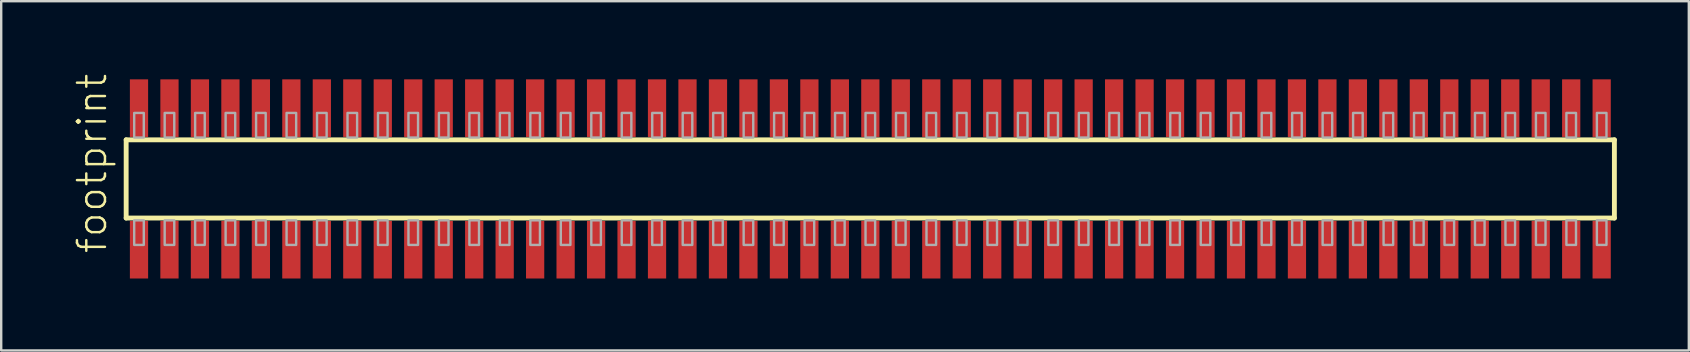
<source format=kicad_pcb>
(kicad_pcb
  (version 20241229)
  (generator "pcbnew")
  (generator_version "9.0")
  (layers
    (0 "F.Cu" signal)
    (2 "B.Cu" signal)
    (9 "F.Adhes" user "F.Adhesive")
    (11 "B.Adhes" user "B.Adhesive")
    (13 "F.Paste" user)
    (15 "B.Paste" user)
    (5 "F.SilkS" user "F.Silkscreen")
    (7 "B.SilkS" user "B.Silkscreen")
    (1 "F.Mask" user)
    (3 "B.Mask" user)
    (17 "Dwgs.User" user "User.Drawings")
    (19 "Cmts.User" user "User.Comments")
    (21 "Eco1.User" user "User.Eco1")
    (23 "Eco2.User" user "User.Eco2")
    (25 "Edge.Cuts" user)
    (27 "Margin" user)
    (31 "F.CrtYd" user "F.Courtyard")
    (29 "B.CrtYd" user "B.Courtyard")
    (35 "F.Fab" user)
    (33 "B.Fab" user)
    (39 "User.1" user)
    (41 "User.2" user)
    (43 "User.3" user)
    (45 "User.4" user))
  (footprint "footprint"
    (layer "F.Cu")
    (at 33.223 4.407)
    (property "Reference" "footprint" (at -31.75 3.175 90) (layer "F.SilkS") (effects (font (size 1.168 1.168) (thickness 0.102)) (justify left bottom)))
    (fp_line (start -31.015 -1.63) (end 31.01 -1.63) (stroke (width 0.203) (type solid)) (layer "F.SilkS"))
    (fp_line (start -31.015 1.63) (end -31.015 -1.63) (stroke (width 0.203) (type solid)) (layer "F.SilkS"))
    (fp_line (start 31.01 -1.63) (end 31.01 1.63) (stroke (width 0.203) (type solid)) (layer "F.SilkS"))
    (fp_line (start 31.01 1.63) (end -31.015 1.63) (stroke (width 0.203) (type solid)) (layer "F.SilkS"))
    (fp_poly (pts (xy -30.68 -1.725) (xy -30.28 -1.725) (xy -30.28 -2.75) (xy -30.68 -2.75)) (stroke (width 0.1) (type solid)) (fill no) (layer "F.Fab"))
    (fp_poly (pts (xy -30.28 1.725) (xy -30.68 1.725) (xy -30.68 2.75) (xy -30.28 2.75)) (stroke (width 0.1) (type solid)) (fill no) (layer "F.Fab"))
    (fp_poly (pts (xy -29.41 -1.725) (xy -29.01 -1.725) (xy -29.01 -2.75) (xy -29.41 -2.75)) (stroke (width 0.1) (type solid)) (fill no) (layer "F.Fab"))
    (fp_poly (pts (xy -29.01 1.725) (xy -29.41 1.725) (xy -29.41 2.75) (xy -29.01 2.75)) (stroke (width 0.1) (type solid)) (fill no) (layer "F.Fab"))
    (fp_poly (pts (xy -28.14 -1.725) (xy -27.74 -1.725) (xy -27.74 -2.75) (xy -28.14 -2.75)) (stroke (width 0.1) (type solid)) (fill no) (layer "F.Fab"))
    (fp_poly (pts (xy -27.74 1.725) (xy -28.14 1.725) (xy -28.14 2.75) (xy -27.74 2.75)) (stroke (width 0.1) (type solid)) (fill no) (layer "F.Fab"))
    (fp_poly (pts (xy -26.87 -1.725) (xy -26.47 -1.725) (xy -26.47 -2.75) (xy -26.87 -2.75)) (stroke (width 0.1) (type solid)) (fill no) (layer "F.Fab"))
    (fp_poly (pts (xy -26.47 1.725) (xy -26.87 1.725) (xy -26.87 2.75) (xy -26.47 2.75)) (stroke (width 0.1) (type solid)) (fill no) (layer "F.Fab"))
    (fp_poly (pts (xy -25.6 -1.725) (xy -25.2 -1.725) (xy -25.2 -2.75) (xy -25.6 -2.75)) (stroke (width 0.1) (type solid)) (fill no) (layer "F.Fab"))
    (fp_poly (pts (xy -25.2 1.725) (xy -25.6 1.725) (xy -25.6 2.75) (xy -25.2 2.75)) (stroke (width 0.1) (type solid)) (fill no) (layer "F.Fab"))
    (fp_poly (pts (xy -24.33 -1.725) (xy -23.93 -1.725) (xy -23.93 -2.75) (xy -24.33 -2.75)) (stroke (width 0.1) (type solid)) (fill no) (layer "F.Fab"))
    (fp_poly (pts (xy -23.93 1.725) (xy -24.33 1.725) (xy -24.33 2.75) (xy -23.93 2.75)) (stroke (width 0.1) (type solid)) (fill no) (layer "F.Fab"))
    (fp_poly (pts (xy -23.06 -1.725) (xy -22.66 -1.725) (xy -22.66 -2.75) (xy -23.06 -2.75)) (stroke (width 0.1) (type solid)) (fill no) (layer "F.Fab"))
    (fp_poly (pts (xy -22.66 1.725) (xy -23.06 1.725) (xy -23.06 2.75) (xy -22.66 2.75)) (stroke (width 0.1) (type solid)) (fill no) (layer "F.Fab"))
    (fp_poly (pts (xy -21.79 -1.725) (xy -21.39 -1.725) (xy -21.39 -2.75) (xy -21.79 -2.75)) (stroke (width 0.1) (type solid)) (fill no) (layer "F.Fab"))
    (fp_poly (pts (xy -21.39 1.725) (xy -21.79 1.725) (xy -21.79 2.75) (xy -21.39 2.75)) (stroke (width 0.1) (type solid)) (fill no) (layer "F.Fab"))
    (fp_poly (pts (xy -20.52 -1.725) (xy -20.12 -1.725) (xy -20.12 -2.75) (xy -20.52 -2.75)) (stroke (width 0.1) (type solid)) (fill no) (layer "F.Fab"))
    (fp_poly (pts (xy -20.12 1.725) (xy -20.52 1.725) (xy -20.52 2.75) (xy -20.12 2.75)) (stroke (width 0.1) (type solid)) (fill no) (layer "F.Fab"))
    (fp_poly (pts (xy -19.25 -1.725) (xy -18.85 -1.725) (xy -18.85 -2.75) (xy -19.25 -2.75)) (stroke (width 0.1) (type solid)) (fill no) (layer "F.Fab"))
    (fp_poly (pts (xy -18.85 1.725) (xy -19.25 1.725) (xy -19.25 2.75) (xy -18.85 2.75)) (stroke (width 0.1) (type solid)) (fill no) (layer "F.Fab"))
    (fp_poly (pts (xy -17.98 -1.725) (xy -17.58 -1.725) (xy -17.58 -2.75) (xy -17.98 -2.75)) (stroke (width 0.1) (type solid)) (fill no) (layer "F.Fab"))
    (fp_poly (pts (xy -17.58 1.725) (xy -17.98 1.725) (xy -17.98 2.75) (xy -17.58 2.75)) (stroke (width 0.1) (type solid)) (fill no) (layer "F.Fab"))
    (fp_poly (pts (xy -16.71 -1.725) (xy -16.31 -1.725) (xy -16.31 -2.75) (xy -16.71 -2.75)) (stroke (width 0.1) (type solid)) (fill no) (layer "F.Fab"))
    (fp_poly (pts (xy -16.31 1.725) (xy -16.71 1.725) (xy -16.71 2.75) (xy -16.31 2.75)) (stroke (width 0.1) (type solid)) (fill no) (layer "F.Fab"))
    (fp_poly (pts (xy -15.44 -1.725) (xy -15.04 -1.725) (xy -15.04 -2.75) (xy -15.44 -2.75)) (stroke (width 0.1) (type solid)) (fill no) (layer "F.Fab"))
    (fp_poly (pts (xy -15.04 1.725) (xy -15.44 1.725) (xy -15.44 2.75) (xy -15.04 2.75)) (stroke (width 0.1) (type solid)) (fill no) (layer "F.Fab"))
    (fp_poly (pts (xy -14.17 -1.725) (xy -13.77 -1.725) (xy -13.77 -2.75) (xy -14.17 -2.75)) (stroke (width 0.1) (type solid)) (fill no) (layer "F.Fab"))
    (fp_poly (pts (xy -13.77 1.725) (xy -14.17 1.725) (xy -14.17 2.75) (xy -13.77 2.75)) (stroke (width 0.1) (type solid)) (fill no) (layer "F.Fab"))
    (fp_poly (pts (xy -12.9 -1.725) (xy -12.5 -1.725) (xy -12.5 -2.75) (xy -12.9 -2.75)) (stroke (width 0.1) (type solid)) (fill no) (layer "F.Fab"))
    (fp_poly (pts (xy -12.5 1.725) (xy -12.9 1.725) (xy -12.9 2.75) (xy -12.5 2.75)) (stroke (width 0.1) (type solid)) (fill no) (layer "F.Fab"))
    (fp_poly (pts (xy -11.63 -1.725) (xy -11.23 -1.725) (xy -11.23 -2.75) (xy -11.63 -2.75)) (stroke (width 0.1) (type solid)) (fill no) (layer "F.Fab"))
    (fp_poly (pts (xy -11.23 1.725) (xy -11.63 1.725) (xy -11.63 2.75) (xy -11.23 2.75)) (stroke (width 0.1) (type solid)) (fill no) (layer "F.Fab"))
    (fp_poly (pts (xy -10.36 -1.725) (xy -9.96 -1.725) (xy -9.96 -2.75) (xy -10.36 -2.75)) (stroke (width 0.1) (type solid)) (fill no) (layer "F.Fab"))
    (fp_poly (pts (xy -9.96 1.725) (xy -10.36 1.725) (xy -10.36 2.75) (xy -9.96 2.75)) (stroke (width 0.1) (type solid)) (fill no) (layer "F.Fab"))
    (fp_poly (pts (xy -9.09 -1.725) (xy -8.69 -1.725) (xy -8.69 -2.75) (xy -9.09 -2.75)) (stroke (width 0.1) (type solid)) (fill no) (layer "F.Fab"))
    (fp_poly (pts (xy -8.69 1.725) (xy -9.09 1.725) (xy -9.09 2.75) (xy -8.69 2.75)) (stroke (width 0.1) (type solid)) (fill no) (layer "F.Fab"))
    (fp_poly (pts (xy -7.82 -1.725) (xy -7.42 -1.725) (xy -7.42 -2.75) (xy -7.82 -2.75)) (stroke (width 0.1) (type solid)) (fill no) (layer "F.Fab"))
    (fp_poly (pts (xy -7.42 1.725) (xy -7.82 1.725) (xy -7.82 2.75) (xy -7.42 2.75)) (stroke (width 0.1) (type solid)) (fill no) (layer "F.Fab"))
    (fp_poly (pts (xy -6.55 -1.725) (xy -6.15 -1.725) (xy -6.15 -2.75) (xy -6.55 -2.75)) (stroke (width 0.1) (type solid)) (fill no) (layer "F.Fab"))
    (fp_poly (pts (xy -6.15 1.725) (xy -6.55 1.725) (xy -6.55 2.75) (xy -6.15 2.75)) (stroke (width 0.1) (type solid)) (fill no) (layer "F.Fab"))
    (fp_poly (pts (xy -5.28 -1.725) (xy -4.88 -1.725) (xy -4.88 -2.75) (xy -5.28 -2.75)) (stroke (width 0.1) (type solid)) (fill no) (layer "F.Fab"))
    (fp_poly (pts (xy -4.88 1.725) (xy -5.28 1.725) (xy -5.28 2.75) (xy -4.88 2.75)) (stroke (width 0.1) (type solid)) (fill no) (layer "F.Fab"))
    (fp_poly (pts (xy -4.01 -1.725) (xy -3.61 -1.725) (xy -3.61 -2.75) (xy -4.01 -2.75)) (stroke (width 0.1) (type solid)) (fill no) (layer "F.Fab"))
    (fp_poly (pts (xy -3.61 1.725) (xy -4.01 1.725) (xy -4.01 2.75) (xy -3.61 2.75)) (stroke (width 0.1) (type solid)) (fill no) (layer "F.Fab"))
    (fp_poly (pts (xy -2.74 -1.725) (xy -2.34 -1.725) (xy -2.34 -2.75) (xy -2.74 -2.75)) (stroke (width 0.1) (type solid)) (fill no) (layer "F.Fab"))
    (fp_poly (pts (xy -2.34 1.725) (xy -2.74 1.725) (xy -2.74 2.75) (xy -2.34 2.75)) (stroke (width 0.1) (type solid)) (fill no) (layer "F.Fab"))
    (fp_poly (pts (xy -1.47 -1.725) (xy -1.07 -1.725) (xy -1.07 -2.75) (xy -1.47 -2.75)) (stroke (width 0.1) (type solid)) (fill no) (layer "F.Fab"))
    (fp_poly (pts (xy -1.07 1.725) (xy -1.47 1.725) (xy -1.47 2.75) (xy -1.07 2.75)) (stroke (width 0.1) (type solid)) (fill no) (layer "F.Fab"))
    (fp_poly (pts (xy -0.2 -1.725) (xy 0.2 -1.725) (xy 0.2 -2.75) (xy -0.2 -2.75)) (stroke (width 0.1) (type solid)) (fill no) (layer "F.Fab"))
    (fp_poly (pts (xy 0.2 1.725) (xy -0.2 1.725) (xy -0.2 2.75) (xy 0.2 2.75)) (stroke (width 0.1) (type solid)) (fill no) (layer "F.Fab"))
    (fp_poly (pts (xy 1.07 -1.725) (xy 1.47 -1.725) (xy 1.47 -2.75) (xy 1.07 -2.75)) (stroke (width 0.1) (type solid)) (fill no) (layer "F.Fab"))
    (fp_poly (pts (xy 1.47 1.725) (xy 1.07 1.725) (xy 1.07 2.75) (xy 1.47 2.75)) (stroke (width 0.1) (type solid)) (fill no) (layer "F.Fab"))
    (fp_poly (pts (xy 2.34 -1.725) (xy 2.74 -1.725) (xy 2.74 -2.75) (xy 2.34 -2.75)) (stroke (width 0.1) (type solid)) (fill no) (layer "F.Fab"))
    (fp_poly (pts (xy 2.74 1.725) (xy 2.34 1.725) (xy 2.34 2.75) (xy 2.74 2.75)) (stroke (width 0.1) (type solid)) (fill no) (layer "F.Fab"))
    (fp_poly (pts (xy 3.61 -1.725) (xy 4.01 -1.725) (xy 4.01 -2.75) (xy 3.61 -2.75)) (stroke (width 0.1) (type solid)) (fill no) (layer "F.Fab"))
    (fp_poly (pts (xy 4.01 1.725) (xy 3.61 1.725) (xy 3.61 2.75) (xy 4.01 2.75)) (stroke (width 0.1) (type solid)) (fill no) (layer "F.Fab"))
    (fp_poly (pts (xy 4.88 -1.725) (xy 5.28 -1.725) (xy 5.28 -2.75) (xy 4.88 -2.75)) (stroke (width 0.1) (type solid)) (fill no) (layer "F.Fab"))
    (fp_poly (pts (xy 5.28 1.725) (xy 4.88 1.725) (xy 4.88 2.75) (xy 5.28 2.75)) (stroke (width 0.1) (type solid)) (fill no) (layer "F.Fab"))
    (fp_poly (pts (xy 6.15 -1.725) (xy 6.55 -1.725) (xy 6.55 -2.75) (xy 6.15 -2.75)) (stroke (width 0.1) (type solid)) (fill no) (layer "F.Fab"))
    (fp_poly (pts (xy 6.55 1.725) (xy 6.15 1.725) (xy 6.15 2.75) (xy 6.55 2.75)) (stroke (width 0.1) (type solid)) (fill no) (layer "F.Fab"))
    (fp_poly (pts (xy 7.42 -1.725) (xy 7.82 -1.725) (xy 7.82 -2.75) (xy 7.42 -2.75)) (stroke (width 0.1) (type solid)) (fill no) (layer "F.Fab"))
    (fp_poly (pts (xy 7.82 1.725) (xy 7.42 1.725) (xy 7.42 2.75) (xy 7.82 2.75)) (stroke (width 0.1) (type solid)) (fill no) (layer "F.Fab"))
    (fp_poly (pts (xy 8.69 -1.725) (xy 9.09 -1.725) (xy 9.09 -2.75) (xy 8.69 -2.75)) (stroke (width 0.1) (type solid)) (fill no) (layer "F.Fab"))
    (fp_poly (pts (xy 9.09 1.725) (xy 8.69 1.725) (xy 8.69 2.75) (xy 9.09 2.75)) (stroke (width 0.1) (type solid)) (fill no) (layer "F.Fab"))
    (fp_poly (pts (xy 9.96 -1.725) (xy 10.36 -1.725) (xy 10.36 -2.75) (xy 9.96 -2.75)) (stroke (width 0.1) (type solid)) (fill no) (layer "F.Fab"))
    (fp_poly (pts (xy 10.36 1.725) (xy 9.96 1.725) (xy 9.96 2.75) (xy 10.36 2.75)) (stroke (width 0.1) (type solid)) (fill no) (layer "F.Fab"))
    (fp_poly (pts (xy 11.23 -1.725) (xy 11.63 -1.725) (xy 11.63 -2.75) (xy 11.23 -2.75)) (stroke (width 0.1) (type solid)) (fill no) (layer "F.Fab"))
    (fp_poly (pts (xy 11.63 1.725) (xy 11.23 1.725) (xy 11.23 2.75) (xy 11.63 2.75)) (stroke (width 0.1) (type solid)) (fill no) (layer "F.Fab"))
    (fp_poly (pts (xy 12.5 -1.725) (xy 12.9 -1.725) (xy 12.9 -2.75) (xy 12.5 -2.75)) (stroke (width 0.1) (type solid)) (fill no) (layer "F.Fab"))
    (fp_poly (pts (xy 12.9 1.725) (xy 12.5 1.725) (xy 12.5 2.75) (xy 12.9 2.75)) (stroke (width 0.1) (type solid)) (fill no) (layer "F.Fab"))
    (fp_poly (pts (xy 13.77 -1.725) (xy 14.17 -1.725) (xy 14.17 -2.75) (xy 13.77 -2.75)) (stroke (width 0.1) (type solid)) (fill no) (layer "F.Fab"))
    (fp_poly (pts (xy 14.17 1.725) (xy 13.77 1.725) (xy 13.77 2.75) (xy 14.17 2.75)) (stroke (width 0.1) (type solid)) (fill no) (layer "F.Fab"))
    (fp_poly (pts (xy 15.04 -1.725) (xy 15.44 -1.725) (xy 15.44 -2.75) (xy 15.04 -2.75)) (stroke (width 0.1) (type solid)) (fill no) (layer "F.Fab"))
    (fp_poly (pts (xy 15.44 1.725) (xy 15.04 1.725) (xy 15.04 2.75) (xy 15.44 2.75)) (stroke (width 0.1) (type solid)) (fill no) (layer "F.Fab"))
    (fp_poly (pts (xy 16.31 -1.725) (xy 16.71 -1.725) (xy 16.71 -2.75) (xy 16.31 -2.75)) (stroke (width 0.1) (type solid)) (fill no) (layer "F.Fab"))
    (fp_poly (pts (xy 16.71 1.725) (xy 16.31 1.725) (xy 16.31 2.75) (xy 16.71 2.75)) (stroke (width 0.1) (type solid)) (fill no) (layer "F.Fab"))
    (fp_poly (pts (xy 17.58 -1.725) (xy 17.98 -1.725) (xy 17.98 -2.75) (xy 17.58 -2.75)) (stroke (width 0.1) (type solid)) (fill no) (layer "F.Fab"))
    (fp_poly (pts (xy 17.98 1.725) (xy 17.58 1.725) (xy 17.58 2.75) (xy 17.98 2.75)) (stroke (width 0.1) (type solid)) (fill no) (layer "F.Fab"))
    (fp_poly (pts (xy 18.85 -1.725) (xy 19.25 -1.725) (xy 19.25 -2.75) (xy 18.85 -2.75)) (stroke (width 0.1) (type solid)) (fill no) (layer "F.Fab"))
    (fp_poly (pts (xy 19.25 1.725) (xy 18.85 1.725) (xy 18.85 2.75) (xy 19.25 2.75)) (stroke (width 0.1) (type solid)) (fill no) (layer "F.Fab"))
    (fp_poly (pts (xy 20.12 -1.725) (xy 20.52 -1.725) (xy 20.52 -2.75) (xy 20.12 -2.75)) (stroke (width 0.1) (type solid)) (fill no) (layer "F.Fab"))
    (fp_poly (pts (xy 20.52 1.725) (xy 20.12 1.725) (xy 20.12 2.75) (xy 20.52 2.75)) (stroke (width 0.1) (type solid)) (fill no) (layer "F.Fab"))
    (fp_poly (pts (xy 21.39 -1.725) (xy 21.79 -1.725) (xy 21.79 -2.75) (xy 21.39 -2.75)) (stroke (width 0.1) (type solid)) (fill no) (layer "F.Fab"))
    (fp_poly (pts (xy 21.79 1.725) (xy 21.39 1.725) (xy 21.39 2.75) (xy 21.79 2.75)) (stroke (width 0.1) (type solid)) (fill no) (layer "F.Fab"))
    (fp_poly (pts (xy 22.66 -1.725) (xy 23.06 -1.725) (xy 23.06 -2.75) (xy 22.66 -2.75)) (stroke (width 0.1) (type solid)) (fill no) (layer "F.Fab"))
    (fp_poly (pts (xy 23.06 1.725) (xy 22.66 1.725) (xy 22.66 2.75) (xy 23.06 2.75)) (stroke (width 0.1) (type solid)) (fill no) (layer "F.Fab"))
    (fp_poly (pts (xy 23.93 -1.725) (xy 24.33 -1.725) (xy 24.33 -2.75) (xy 23.93 -2.75)) (stroke (width 0.1) (type solid)) (fill no) (layer "F.Fab"))
    (fp_poly (pts (xy 24.33 1.725) (xy 23.93 1.725) (xy 23.93 2.75) (xy 24.33 2.75)) (stroke (width 0.1) (type solid)) (fill no) (layer "F.Fab"))
    (fp_poly (pts (xy 25.2 -1.725) (xy 25.6 -1.725) (xy 25.6 -2.75) (xy 25.2 -2.75)) (stroke (width 0.1) (type solid)) (fill no) (layer "F.Fab"))
    (fp_poly (pts (xy 25.6 1.725) (xy 25.2 1.725) (xy 25.2 2.75) (xy 25.6 2.75)) (stroke (width 0.1) (type solid)) (fill no) (layer "F.Fab"))
    (fp_poly (pts (xy 26.47 -1.725) (xy 26.87 -1.725) (xy 26.87 -2.75) (xy 26.47 -2.75)) (stroke (width 0.1) (type solid)) (fill no) (layer "F.Fab"))
    (fp_poly (pts (xy 26.87 1.725) (xy 26.47 1.725) (xy 26.47 2.75) (xy 26.87 2.75)) (stroke (width 0.1) (type solid)) (fill no) (layer "F.Fab"))
    (fp_poly (pts (xy 27.74 -1.725) (xy 28.14 -1.725) (xy 28.14 -2.75) (xy 27.74 -2.75)) (stroke (width 0.1) (type solid)) (fill no) (layer "F.Fab"))
    (fp_poly (pts (xy 28.14 1.725) (xy 27.74 1.725) (xy 27.74 2.75) (xy 28.14 2.75)) (stroke (width 0.1) (type solid)) (fill no) (layer "F.Fab"))
    (fp_poly (pts (xy 29.01 -1.725) (xy 29.41 -1.725) (xy 29.41 -2.75) (xy 29.01 -2.75)) (stroke (width 0.1) (type solid)) (fill no) (layer "F.Fab"))
    (fp_poly (pts (xy 29.41 1.725) (xy 29.01 1.725) (xy 29.01 2.75) (xy 29.41 2.75)) (stroke (width 0.1) (type solid)) (fill no) (layer "F.Fab"))
    (fp_poly (pts (xy 30.28 -1.725) (xy 30.68 -1.725) (xy 30.68 -2.75) (xy 30.28 -2.75)) (stroke (width 0.1) (type solid)) (fill no) (layer "F.Fab"))
    (fp_poly (pts (xy 30.68 1.725) (xy 30.28 1.725) (xy 30.28 2.75) (xy 30.68 2.75)) (stroke (width 0.1) (type solid)) (fill no) (layer "F.Fab"))
    (pad "1" smd rect (at -30.48 2.95) (size 0.76 2.4) (layers "F.Cu" "F.Mask" "F.Paste"))
    (pad "2" smd rect (at -30.48 -2.95) (size 0.76 2.4) (layers "F.Cu" "F.Mask" "F.Paste"))
    (pad "3" smd rect (at -29.21 2.95) (size 0.76 2.4) (layers "F.Cu" "F.Mask" "F.Paste"))
    (pad "4" smd rect (at -29.21 -2.95) (size 0.76 2.4) (layers "F.Cu" "F.Mask" "F.Paste"))
    (pad "5" smd rect (at -27.94 2.95) (size 0.76 2.4) (layers "F.Cu" "F.Mask" "F.Paste"))
    (pad "6" smd rect (at -27.94 -2.95) (size 0.76 2.4) (layers "F.Cu" "F.Mask" "F.Paste"))
    (pad "7" smd rect (at -26.67 2.95) (size 0.76 2.4) (layers "F.Cu" "F.Mask" "F.Paste"))
    (pad "8" smd rect (at -26.67 -2.95) (size 0.76 2.4) (layers "F.Cu" "F.Mask" "F.Paste"))
    (pad "9" smd rect (at -25.4 2.95) (size 0.76 2.4) (layers "F.Cu" "F.Mask" "F.Paste"))
    (pad "10" smd rect (at -25.4 -2.95) (size 0.76 2.4) (layers "F.Cu" "F.Mask" "F.Paste"))
    (pad "11" smd rect (at -24.13 2.95) (size 0.76 2.4) (layers "F.Cu" "F.Mask" "F.Paste"))
    (pad "12" smd rect (at -24.13 -2.95) (size 0.76 2.4) (layers "F.Cu" "F.Mask" "F.Paste"))
    (pad "13" smd rect (at -22.86 2.95) (size 0.76 2.4) (layers "F.Cu" "F.Mask" "F.Paste"))
    (pad "14" smd rect (at -22.86 -2.95) (size 0.76 2.4) (layers "F.Cu" "F.Mask" "F.Paste"))
    (pad "15" smd rect (at -21.59 2.95) (size 0.76 2.4) (layers "F.Cu" "F.Mask" "F.Paste"))
    (pad "16" smd rect (at -21.59 -2.95) (size 0.76 2.4) (layers "F.Cu" "F.Mask" "F.Paste"))
    (pad "17" smd rect (at -20.32 2.95) (size 0.76 2.4) (layers "F.Cu" "F.Mask" "F.Paste"))
    (pad "18" smd rect (at -20.32 -2.95) (size 0.76 2.4) (layers "F.Cu" "F.Mask" "F.Paste"))
    (pad "19" smd rect (at -19.05 2.95) (size 0.76 2.4) (layers "F.Cu" "F.Mask" "F.Paste"))
    (pad "20" smd rect (at -19.05 -2.95) (size 0.76 2.4) (layers "F.Cu" "F.Mask" "F.Paste"))
    (pad "21" smd rect (at -17.78 2.95) (size 0.76 2.4) (layers "F.Cu" "F.Mask" "F.Paste"))
    (pad "22" smd rect (at -17.78 -2.95) (size 0.76 2.4) (layers "F.Cu" "F.Mask" "F.Paste"))
    (pad "23" smd rect (at -16.51 2.95) (size 0.76 2.4) (layers "F.Cu" "F.Mask" "F.Paste"))
    (pad "24" smd rect (at -16.51 -2.95) (size 0.76 2.4) (layers "F.Cu" "F.Mask" "F.Paste"))
    (pad "25" smd rect (at -15.24 2.95) (size 0.76 2.4) (layers "F.Cu" "F.Mask" "F.Paste"))
    (pad "26" smd rect (at -15.24 -2.95) (size 0.76 2.4) (layers "F.Cu" "F.Mask" "F.Paste"))
    (pad "27" smd rect (at -13.97 2.95) (size 0.76 2.4) (layers "F.Cu" "F.Mask" "F.Paste"))
    (pad "28" smd rect (at -13.97 -2.95) (size 0.76 2.4) (layers "F.Cu" "F.Mask" "F.Paste"))
    (pad "29" smd rect (at -12.7 2.95) (size 0.76 2.4) (layers "F.Cu" "F.Mask" "F.Paste"))
    (pad "30" smd rect (at -12.7 -2.95) (size 0.76 2.4) (layers "F.Cu" "F.Mask" "F.Paste"))
    (pad "31" smd rect (at -11.43 2.95) (size 0.76 2.4) (layers "F.Cu" "F.Mask" "F.Paste"))
    (pad "32" smd rect (at -11.43 -2.95) (size 0.76 2.4) (layers "F.Cu" "F.Mask" "F.Paste"))
    (pad "33" smd rect (at -10.16 2.95) (size 0.76 2.4) (layers "F.Cu" "F.Mask" "F.Paste"))
    (pad "34" smd rect (at -10.16 -2.95) (size 0.76 2.4) (layers "F.Cu" "F.Mask" "F.Paste"))
    (pad "35" smd rect (at -8.89 2.95) (size 0.76 2.4) (layers "F.Cu" "F.Mask" "F.Paste"))
    (pad "36" smd rect (at -8.89 -2.95) (size 0.76 2.4) (layers "F.Cu" "F.Mask" "F.Paste"))
    (pad "37" smd rect (at -7.62 2.95) (size 0.76 2.4) (layers "F.Cu" "F.Mask" "F.Paste"))
    (pad "38" smd rect (at -7.62 -2.95) (size 0.76 2.4) (layers "F.Cu" "F.Mask" "F.Paste"))
    (pad "39" smd rect (at -6.35 2.95) (size 0.76 2.4) (layers "F.Cu" "F.Mask" "F.Paste"))
    (pad "40" smd rect (at -6.35 -2.95) (size 0.76 2.4) (layers "F.Cu" "F.Mask" "F.Paste"))
    (pad "41" smd rect (at -5.08 2.95) (size 0.76 2.4) (layers "F.Cu" "F.Mask" "F.Paste"))
    (pad "42" smd rect (at -5.08 -2.95) (size 0.76 2.4) (layers "F.Cu" "F.Mask" "F.Paste"))
    (pad "43" smd rect (at -3.81 2.95) (size 0.76 2.4) (layers "F.Cu" "F.Mask" "F.Paste"))
    (pad "44" smd rect (at -3.81 -2.95) (size 0.76 2.4) (layers "F.Cu" "F.Mask" "F.Paste"))
    (pad "45" smd rect (at -2.54 2.95) (size 0.76 2.4) (layers "F.Cu" "F.Mask" "F.Paste"))
    (pad "46" smd rect (at -2.54 -2.95) (size 0.76 2.4) (layers "F.Cu" "F.Mask" "F.Paste"))
    (pad "47" smd rect (at -1.27 2.95) (size 0.76 2.4) (layers "F.Cu" "F.Mask" "F.Paste"))
    (pad "48" smd rect (at -1.27 -2.95) (size 0.76 2.4) (layers "F.Cu" "F.Mask" "F.Paste"))
    (pad "49" smd rect (at 0 2.95) (size 0.76 2.4) (layers "F.Cu" "F.Mask" "F.Paste"))
    (pad "50" smd rect (at 0 -2.95) (size 0.76 2.4) (layers "F.Cu" "F.Mask" "F.Paste"))
    (pad "51" smd rect (at 1.27 2.95) (size 0.76 2.4) (layers "F.Cu" "F.Mask" "F.Paste"))
    (pad "52" smd rect (at 1.27 -2.95) (size 0.76 2.4) (layers "F.Cu" "F.Mask" "F.Paste"))
    (pad "53" smd rect (at 2.54 2.95) (size 0.76 2.4) (layers "F.Cu" "F.Mask" "F.Paste"))
    (pad "54" smd rect (at 2.54 -2.95) (size 0.76 2.4) (layers "F.Cu" "F.Mask" "F.Paste"))
    (pad "55" smd rect (at 3.81 2.95) (size 0.76 2.4) (layers "F.Cu" "F.Mask" "F.Paste"))
    (pad "56" smd rect (at 3.81 -2.95) (size 0.76 2.4) (layers "F.Cu" "F.Mask" "F.Paste"))
    (pad "57" smd rect (at 5.08 2.95) (size 0.76 2.4) (layers "F.Cu" "F.Mask" "F.Paste"))
    (pad "58" smd rect (at 5.08 -2.95) (size 0.76 2.4) (layers "F.Cu" "F.Mask" "F.Paste"))
    (pad "59" smd rect (at 6.35 2.95) (size 0.76 2.4) (layers "F.Cu" "F.Mask" "F.Paste"))
    (pad "60" smd rect (at 6.35 -2.95) (size 0.76 2.4) (layers "F.Cu" "F.Mask" "F.Paste"))
    (pad "61" smd rect (at 7.62 2.95) (size 0.76 2.4) (layers "F.Cu" "F.Mask" "F.Paste"))
    (pad "62" smd rect (at 7.62 -2.95) (size 0.76 2.4) (layers "F.Cu" "F.Mask" "F.Paste"))
    (pad "63" smd rect (at 8.89 2.95) (size 0.76 2.4) (layers "F.Cu" "F.Mask" "F.Paste"))
    (pad "64" smd rect (at 8.89 -2.95) (size 0.76 2.4) (layers "F.Cu" "F.Mask" "F.Paste"))
    (pad "65" smd rect (at 10.16 2.95) (size 0.76 2.4) (layers "F.Cu" "F.Mask" "F.Paste"))
    (pad "66" smd rect (at 10.16 -2.95) (size 0.76 2.4) (layers "F.Cu" "F.Mask" "F.Paste"))
    (pad "67" smd rect (at 11.43 2.95) (size 0.76 2.4) (layers "F.Cu" "F.Mask" "F.Paste"))
    (pad "68" smd rect (at 11.43 -2.95) (size 0.76 2.4) (layers "F.Cu" "F.Mask" "F.Paste"))
    (pad "69" smd rect (at 12.7 2.95) (size 0.76 2.4) (layers "F.Cu" "F.Mask" "F.Paste"))
    (pad "70" smd rect (at 12.7 -2.95) (size 0.76 2.4) (layers "F.Cu" "F.Mask" "F.Paste"))
    (pad "71" smd rect (at 13.97 2.95) (size 0.76 2.4) (layers "F.Cu" "F.Mask" "F.Paste"))
    (pad "72" smd rect (at 13.97 -2.95) (size 0.76 2.4) (layers "F.Cu" "F.Mask" "F.Paste"))
    (pad "73" smd rect (at 15.24 2.95) (size 0.76 2.4) (layers "F.Cu" "F.Mask" "F.Paste"))
    (pad "74" smd rect (at 15.24 -2.95) (size 0.76 2.4) (layers "F.Cu" "F.Mask" "F.Paste"))
    (pad "75" smd rect (at 16.51 2.95) (size 0.76 2.4) (layers "F.Cu" "F.Mask" "F.Paste"))
    (pad "76" smd rect (at 16.51 -2.95) (size 0.76 2.4) (layers "F.Cu" "F.Mask" "F.Paste"))
    (pad "77" smd rect (at 17.78 2.95) (size 0.76 2.4) (layers "F.Cu" "F.Mask" "F.Paste"))
    (pad "78" smd rect (at 17.78 -2.95) (size 0.76 2.4) (layers "F.Cu" "F.Mask" "F.Paste"))
    (pad "79" smd rect (at 19.05 2.95) (size 0.76 2.4) (layers "F.Cu" "F.Mask" "F.Paste"))
    (pad "80" smd rect (at 19.05 -2.95) (size 0.76 2.4) (layers "F.Cu" "F.Mask" "F.Paste"))
    (pad "81" smd rect (at 20.32 2.95) (size 0.76 2.4) (layers "F.Cu" "F.Mask" "F.Paste"))
    (pad "82" smd rect (at 20.32 -2.95) (size 0.76 2.4) (layers "F.Cu" "F.Mask" "F.Paste"))
    (pad "83" smd rect (at 21.59 2.95) (size 0.76 2.4) (layers "F.Cu" "F.Mask" "F.Paste"))
    (pad "84" smd rect (at 21.59 -2.95) (size 0.76 2.4) (layers "F.Cu" "F.Mask" "F.Paste"))
    (pad "85" smd rect (at 22.86 2.95) (size 0.76 2.4) (layers "F.Cu" "F.Mask" "F.Paste"))
    (pad "86" smd rect (at 22.86 -2.95) (size 0.76 2.4) (layers "F.Cu" "F.Mask" "F.Paste"))
    (pad "87" smd rect (at 24.13 2.95) (size 0.76 2.4) (layers "F.Cu" "F.Mask" "F.Paste"))
    (pad "88" smd rect (at 24.13 -2.95) (size 0.76 2.4) (layers "F.Cu" "F.Mask" "F.Paste"))
    (pad "89" smd rect (at 25.4 2.95) (size 0.76 2.4) (layers "F.Cu" "F.Mask" "F.Paste"))
    (pad "90" smd rect (at 25.4 -2.95) (size 0.76 2.4) (layers "F.Cu" "F.Mask" "F.Paste"))
    (pad "91" smd rect (at 26.67 2.95) (size 0.76 2.4) (layers "F.Cu" "F.Mask" "F.Paste"))
    (pad "92" smd rect (at 26.67 -2.95) (size 0.76 2.4) (layers "F.Cu" "F.Mask" "F.Paste"))
    (pad "93" smd rect (at 27.94 2.95) (size 0.76 2.4) (layers "F.Cu" "F.Mask" "F.Paste"))
    (pad "94" smd rect (at 27.94 -2.95) (size 0.76 2.4) (layers "F.Cu" "F.Mask" "F.Paste"))
    (pad "95" smd rect (at 29.21 2.95) (size 0.76 2.4) (layers "F.Cu" "F.Mask" "F.Paste"))
    (pad "96" smd rect (at 29.21 -2.95) (size 0.76 2.4) (layers "F.Cu" "F.Mask" "F.Paste"))
    (pad "97" smd rect (at 30.48 2.95) (size 0.76 2.4) (layers "F.Cu" "F.Mask" "F.Paste"))
    (pad "98" smd rect (at 30.48 -2.95) (size 0.76 2.4) (layers "F.Cu" "F.Mask" "F.Paste")))
  (gr_rect
    (start -3 -3)
    (end 67.335 11.557)
    (stroke (width 0.1) (type default))
    (fill no)
    (layer "Edge.Cuts")))
</source>
